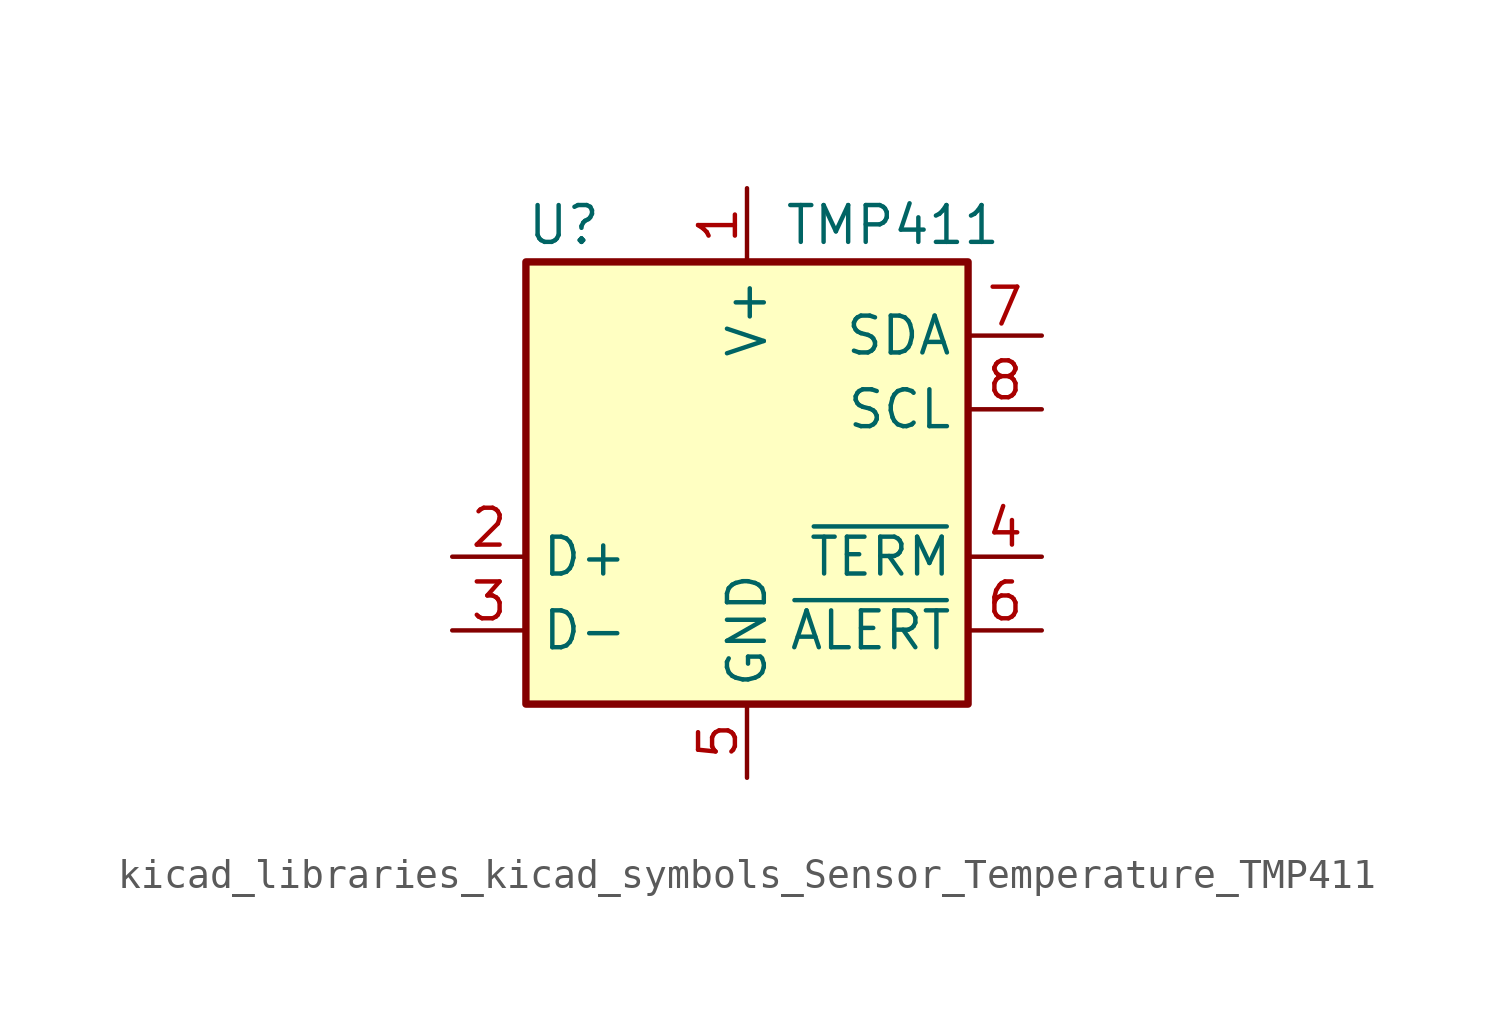
<source format=kicad_sym>
(kicad_symbol_lib
  (version 20220914)
  (generator kicad_symbol_editor)
  (symbol "kicad_libraries_kicad_symbols_Sensor_Temperature_TMP411"
    (property "Reference" "U"
      (at -7.62 8.89 0)
      (effects (font (size 1.27 1.27)) (justify left)))
    (property "Value" "TMP411"
      (at 1.27 8.89 0)
      (effects (font (size 1.27 1.27)) (justify left)))
    (symbol "kicad_libraries_kicad_symbols_Sensor_Temperature_TMP411_0_1"
      (rectangle (start -7.62 7.62) (end 7.62 -7.62) (stroke (width 0.254) (type default)) (fill (type background))))
    (symbol "kicad_libraries_kicad_symbols_Sensor_Temperature_TMP411_1_1"
      (pin power_in line (at 0 10.16 270) (length 2.54) (name "V+" (effects (font (size 1.27 1.27)))) (number "1" (effects (font (size 1.27 1.27)))))
      (pin passive line (at -10.16 -2.54 0) (length 2.54) (name "D+" (effects (font (size 1.27 1.27)))) (number "2" (effects (font (size 1.27 1.27)))))
      (pin passive line (at -10.16 -5.08 0) (length 2.54) (name "D-" (effects (font (size 1.27 1.27)))) (number "3" (effects (font (size 1.27 1.27)))))
      (pin open_collector line (at 10.16 -2.54 180) (length 2.54) (name "~{TERM}" (effects (font (size 1.27 1.27)))) (number "4" (effects (font (size 1.27 1.27)))))
      (pin power_in line (at 0 -10.16 90) (length 2.54) (name "GND" (effects (font (size 1.27 1.27)))) (number "5" (effects (font (size 1.27 1.27)))))
      (pin open_collector line (at 10.16 -5.08 180) (length 2.54) (name "~{ALERT}" (effects (font (size 1.27 1.27)))) (number "6" (effects (font (size 1.27 1.27)))))
      (pin bidirectional line (at 10.16 5.08 180) (length 2.54) (name "SDA" (effects (font (size 1.27 1.27)))) (number "7" (effects (font (size 1.27 1.27)))))
      (pin input line (at 10.16 2.54 180) (length 2.54) (name "SCL" (effects (font (size 1.27 1.27)))) (number "8" (effects (font (size 1.27 1.27))))))))
</source>
